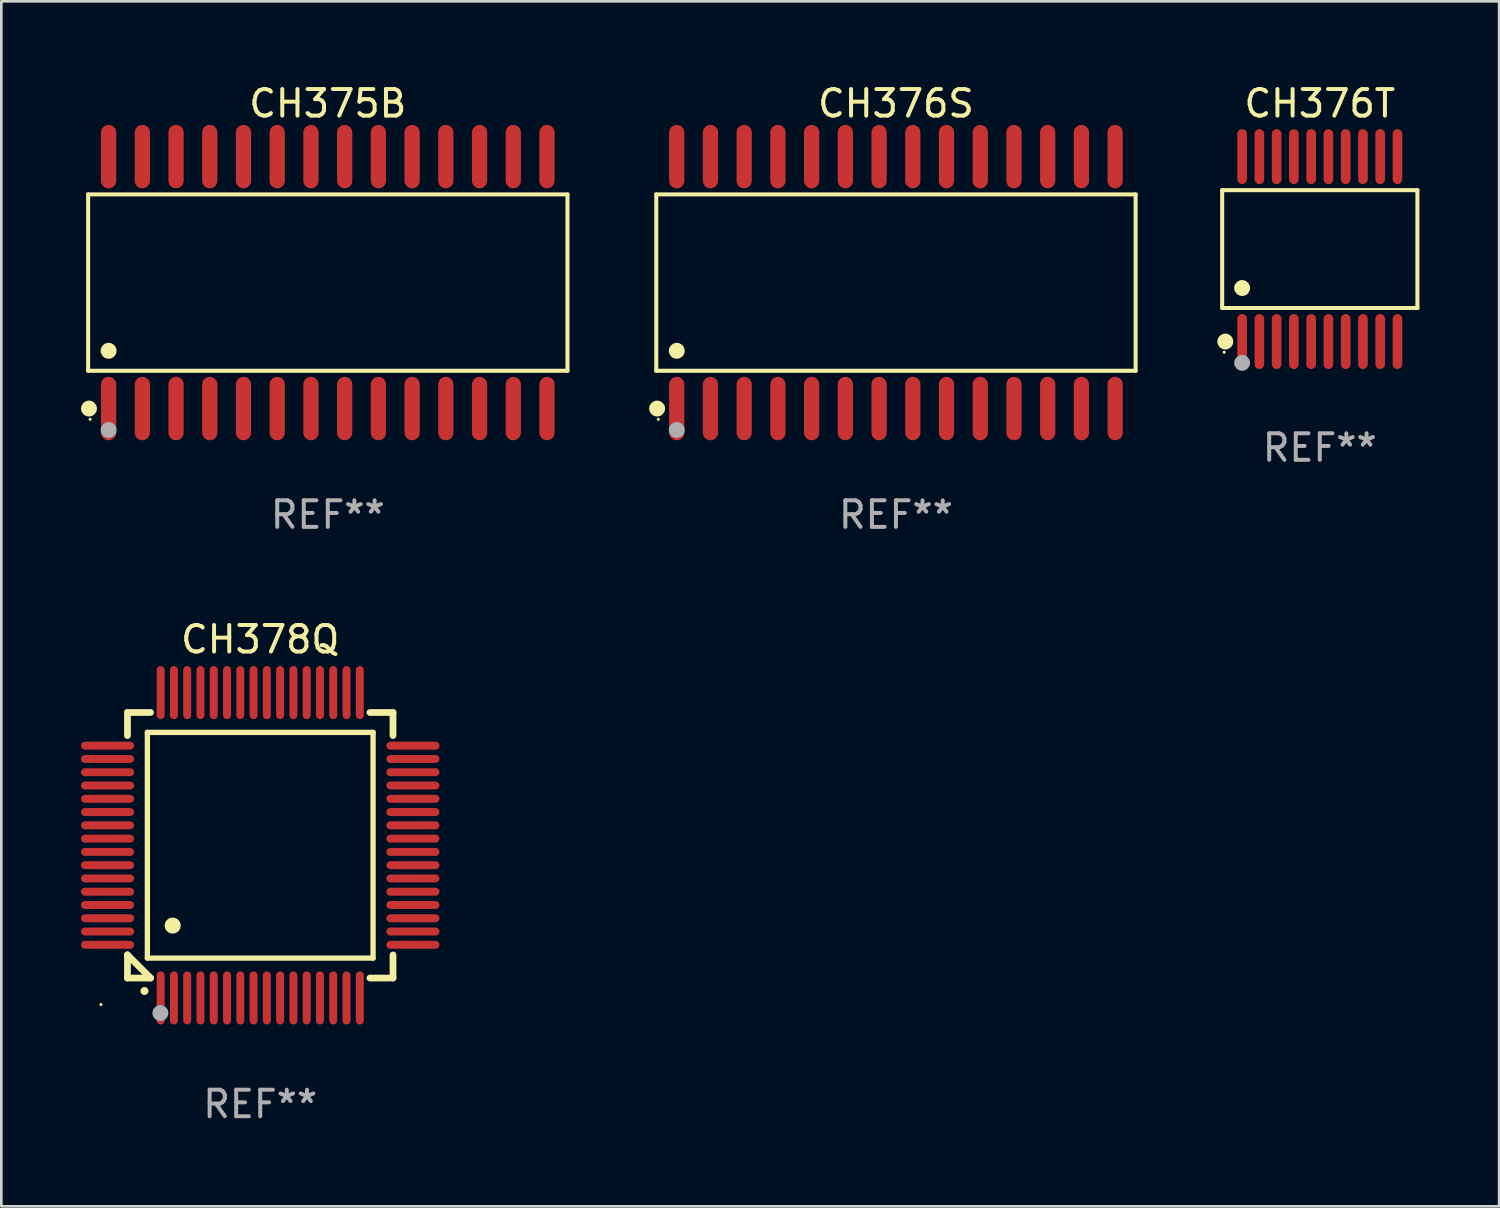
<source format=kicad_pcb>
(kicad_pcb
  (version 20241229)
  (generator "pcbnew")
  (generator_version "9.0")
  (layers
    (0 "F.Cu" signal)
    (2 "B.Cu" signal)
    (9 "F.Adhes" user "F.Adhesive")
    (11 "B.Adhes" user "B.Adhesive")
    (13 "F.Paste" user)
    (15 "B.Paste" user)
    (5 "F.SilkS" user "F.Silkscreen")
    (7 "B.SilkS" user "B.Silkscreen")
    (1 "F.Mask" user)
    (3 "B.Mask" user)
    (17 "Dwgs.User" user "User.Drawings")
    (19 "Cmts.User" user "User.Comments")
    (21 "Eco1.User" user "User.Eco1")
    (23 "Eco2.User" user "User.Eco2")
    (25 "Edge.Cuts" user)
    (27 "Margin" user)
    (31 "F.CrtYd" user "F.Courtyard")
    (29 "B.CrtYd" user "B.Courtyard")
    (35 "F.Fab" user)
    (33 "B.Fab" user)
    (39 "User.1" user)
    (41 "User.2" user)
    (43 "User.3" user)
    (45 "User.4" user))
  (footprint "CH376T"
    (layer "F.Cu")
    (at 46.653 6.33)
    (property "Reference" "CH376T" (at 0 -5.482 0) (layer "F.SilkS") (effects (font (size 1 1) (thickness 0.15))))
    (attr through_hole)
    (fp_line (start -3.676 -2.219) (end 3.676 -2.219) (stroke (width 0.152) (type solid)) (layer "F.SilkS"))
    (fp_line (start -3.676 2.219) (end -3.676 -2.219) (stroke (width 0.152) (type solid)) (layer "F.SilkS"))
    (fp_line (start 3.676 -2.219) (end 3.676 2.219) (stroke (width 0.152) (type solid)) (layer "F.SilkS"))
    (fp_line (start 3.676 2.219) (end -3.676 2.219) (stroke (width 0.152) (type solid)) (layer "F.SilkS"))
    (fp_circle (center -3.6 3.885) (end -3.57 3.885) (stroke (width 0.06) (type solid)) (fill no) (layer "F.SilkS"))
    (fp_circle (center -3.559 3.482) (end -3.409 3.482) (stroke (width 0.3) (type solid)) (fill no) (layer "F.SilkS"))
    (fp_circle (center -2.925 1.467) (end -2.775 1.467) (stroke (width 0.3) (type solid)) (fill no) (layer "F.SilkS"))
    (fp_circle (center -2.925 4.285) (end -2.775 4.285) (stroke (width 0.3) (type solid)) (fill no) (layer "F.Fab"))
    (fp_text user "REF**" (at 0 7.482 0) (layer "F.Fab") (effects (font (size 1 1) (thickness 0.15))))
    (pad "1" smd oval (at -2.925 3.482) (size 0.364 2.069) (layers "F.Cu" "F.Mask" "F.Paste"))
    (pad "2" smd oval (at -2.275 3.482) (size 0.364 2.069) (layers "F.Cu" "F.Mask" "F.Paste"))
    (pad "3" smd oval (at -1.625 3.482) (size 0.364 2.069) (layers "F.Cu" "F.Mask" "F.Paste"))
    (pad "4" smd oval (at -0.975 3.482) (size 0.364 2.069) (layers "F.Cu" "F.Mask" "F.Paste"))
    (pad "5" smd oval (at -0.325 3.482) (size 0.364 2.069) (layers "F.Cu" "F.Mask" "F.Paste"))
    (pad "6" smd oval (at 0.325 3.482) (size 0.364 2.069) (layers "F.Cu" "F.Mask" "F.Paste"))
    (pad "7" smd oval (at 0.975 3.482) (size 0.364 2.069) (layers "F.Cu" "F.Mask" "F.Paste"))
    (pad "8" smd oval (at 1.625 3.482) (size 0.364 2.069) (layers "F.Cu" "F.Mask" "F.Paste"))
    (pad "9" smd oval (at 2.275 3.482) (size 0.364 2.069) (layers "F.Cu" "F.Mask" "F.Paste"))
    (pad "10" smd oval (at 2.925 3.482) (size 0.364 2.069) (layers "F.Cu" "F.Mask" "F.Paste"))
    (pad "11" smd oval (at 2.925 -3.482) (size 0.364 2.069) (layers "F.Cu" "F.Mask" "F.Paste"))
    (pad "12" smd oval (at 2.275 -3.482) (size 0.364 2.069) (layers "F.Cu" "F.Mask" "F.Paste"))
    (pad "13" smd oval (at 1.625 -3.482) (size 0.364 2.069) (layers "F.Cu" "F.Mask" "F.Paste"))
    (pad "14" smd oval (at 0.975 -3.482) (size 0.364 2.069) (layers "F.Cu" "F.Mask" "F.Paste"))
    (pad "15" smd oval (at 0.325 -3.482) (size 0.364 2.069) (layers "F.Cu" "F.Mask" "F.Paste"))
    (pad "16" smd oval (at -0.325 -3.482) (size 0.364 2.069) (layers "F.Cu" "F.Mask" "F.Paste"))
    (pad "17" smd oval (at -0.975 -3.482) (size 0.364 2.069) (layers "F.Cu" "F.Mask" "F.Paste"))
    (pad "18" smd oval (at -1.625 -3.482) (size 0.364 2.069) (layers "F.Cu" "F.Mask" "F.Paste"))
    (pad "19" smd oval (at -2.275 -3.482) (size 0.364 2.069) (layers "F.Cu" "F.Mask" "F.Paste"))
    (pad "20" smd oval (at -2.925 -3.482) (size 0.364 2.069) (layers "F.Cu" "F.Mask" "F.Paste")))
  (footprint "CH378Q"
    (layer "F.Cu")
    (at 6.75 28.782)
    (property "Reference" "CH378Q" (at 0 -7.75 0) (layer "F.SilkS") (effects (font (size 1 1) (thickness 0.15))))
    (attr through_hole)
    (fp_line (start -5 -5) (end -4.131 -5) (stroke (width 0.254) (type solid)) (layer "F.SilkS"))
    (fp_line (start -5 -4.131) (end -5 -5) (stroke (width 0.254) (type solid)) (layer "F.SilkS"))
    (fp_line (start -5 4.131) (end -5 4.131) (stroke (width 0.254) (type solid)) (layer "F.SilkS"))
    (fp_line (start -5 5) (end -5 4.131) (stroke (width 0.254) (type solid)) (layer "F.SilkS"))
    (fp_line (start -5 4.131) (end -4.131 5) (stroke (width 0.254) (type solid)) (layer "F.SilkS"))
    (fp_line (start -4.25 -4.25) (end -4.25 4.25) (stroke (width 0.2) (type solid)) (layer "F.SilkS"))
    (fp_line (start -4.25 4.25) (end 4.25 4.25) (stroke (width 0.2) (type solid)) (layer "F.SilkS"))
    (fp_line (start -4.131 5) (end -5 5) (stroke (width 0.254) (type solid)) (layer "F.SilkS"))
    (fp_line (start 4.25 -4.25) (end -4.25 -4.25) (stroke (width 0.2) (type solid)) (layer "F.SilkS"))
    (fp_line (start 4.25 4.25) (end 4.25 -4.25) (stroke (width 0.2) (type solid)) (layer "F.SilkS"))
    (fp_line (start 5 -5) (end 4.131 -5) (stroke (width 0.254) (type solid)) (layer "F.SilkS"))
    (fp_line (start 5 -5) (end 5 -4.131) (stroke (width 0.254) (type solid)) (layer "F.SilkS"))
    (fp_line (start 5 4.131) (end 5 5) (stroke (width 0.254) (type solid)) (layer "F.SilkS"))
    (fp_line (start 5 5) (end 4.131 5) (stroke (width 0.254) (type solid)) (layer "F.SilkS"))
    (fp_arc (start -4.361265 5.489992) (mid -4.359995 5.489987) (end -4.358725 5.489992) (stroke (width 0.3) (type solid)) (layer "F.SilkS"))
    (fp_arc (start -3.299467 3.025146) (mid -3.296927 3.025135) (end -3.294387 3.025146) (stroke (width 0.6) (type solid)) (layer "F.SilkS"))
    (fp_circle (center -6 6) (end -5.97 6) (stroke (width 0.06) (type solid)) (fill no) (layer "F.SilkS"))
    (fp_circle (center -3.76 6.32) (end -3.61 6.32) (stroke (width 0.3) (type solid)) (fill no) (layer "F.Fab"))
    (fp_text user "REF**" (at 0 9.75 0) (layer "F.Fab") (effects (font (size 1 1) (thickness 0.15))))
    (pad "1" smd oval (at -3.75 5.75) (size 0.3 2) (layers "F.Cu" "F.Mask" "F.Paste"))
    (pad "2" smd oval (at -3.25 5.75) (size 0.3 2) (layers "F.Cu" "F.Mask" "F.Paste"))
    (pad "3" smd oval (at -2.75 5.75) (size 0.3 2) (layers "F.Cu" "F.Mask" "F.Paste"))
    (pad "4" smd oval (at -2.25 5.75) (size 0.3 2) (layers "F.Cu" "F.Mask" "F.Paste"))
    (pad "5" smd oval (at -1.75 5.75) (size 0.3 2) (layers "F.Cu" "F.Mask" "F.Paste"))
    (pad "6" smd oval (at -1.25 5.75) (size 0.3 2) (layers "F.Cu" "F.Mask" "F.Paste"))
    (pad "7" smd oval (at -0.75 5.75) (size 0.3 2) (layers "F.Cu" "F.Mask" "F.Paste"))
    (pad "8" smd oval (at -0.25 5.75) (size 0.3 2) (layers "F.Cu" "F.Mask" "F.Paste"))
    (pad "9" smd oval (at 0.25 5.75) (size 0.3 2) (layers "F.Cu" "F.Mask" "F.Paste"))
    (pad "10" smd oval (at 0.75 5.75) (size 0.3 2) (layers "F.Cu" "F.Mask" "F.Paste"))
    (pad "11" smd oval (at 1.25 5.75) (size 0.3 2) (layers "F.Cu" "F.Mask" "F.Paste"))
    (pad "12" smd oval (at 1.75 5.75) (size 0.3 2) (layers "F.Cu" "F.Mask" "F.Paste"))
    (pad "13" smd oval (at 2.25 5.75) (size 0.3 2) (layers "F.Cu" "F.Mask" "F.Paste"))
    (pad "14" smd oval (at 2.75 5.75) (size 0.3 2) (layers "F.Cu" "F.Mask" "F.Paste"))
    (pad "15" smd oval (at 3.25 5.75) (size 0.3 2) (layers "F.Cu" "F.Mask" "F.Paste"))
    (pad "16" smd oval (at 3.75 5.75) (size 0.3 2) (layers "F.Cu" "F.Mask" "F.Paste"))
    (pad "17" smd oval (at 5.75 3.75) (size 2 0.3) (layers "F.Cu" "F.Mask" "F.Paste"))
    (pad "18" smd oval (at 5.75 3.25) (size 2 0.3) (layers "F.Cu" "F.Mask" "F.Paste"))
    (pad "19" smd oval (at 5.75 2.75) (size 2 0.3) (layers "F.Cu" "F.Mask" "F.Paste"))
    (pad "20" smd oval (at 5.75 2.25) (size 2 0.3) (layers "F.Cu" "F.Mask" "F.Paste"))
    (pad "21" smd oval (at 5.75 1.75) (size 2 0.3) (layers "F.Cu" "F.Mask" "F.Paste"))
    (pad "22" smd oval (at 5.75 1.25) (size 2 0.3) (layers "F.Cu" "F.Mask" "F.Paste"))
    (pad "23" smd oval (at 5.75 0.75) (size 2 0.3) (layers "F.Cu" "F.Mask" "F.Paste"))
    (pad "24" smd oval (at 5.75 0.25) (size 2 0.3) (layers "F.Cu" "F.Mask" "F.Paste"))
    (pad "25" smd oval (at 5.75 -0.25) (size 2 0.3) (layers "F.Cu" "F.Mask" "F.Paste"))
    (pad "26" smd oval (at 5.75 -0.75) (size 2 0.3) (layers "F.Cu" "F.Mask" "F.Paste"))
    (pad "27" smd oval (at 5.75 -1.25) (size 2 0.3) (layers "F.Cu" "F.Mask" "F.Paste"))
    (pad "28" smd oval (at 5.75 -1.75) (size 2 0.3) (layers "F.Cu" "F.Mask" "F.Paste"))
    (pad "29" smd oval (at 5.75 -2.25) (size 2 0.3) (layers "F.Cu" "F.Mask" "F.Paste"))
    (pad "30" smd oval (at 5.75 -2.75) (size 2 0.3) (layers "F.Cu" "F.Mask" "F.Paste"))
    (pad "31" smd oval (at 5.75 -3.25) (size 2 0.3) (layers "F.Cu" "F.Mask" "F.Paste"))
    (pad "32" smd oval (at 5.75 -3.75) (size 2 0.3) (layers "F.Cu" "F.Mask" "F.Paste"))
    (pad "33" smd oval (at 3.75 -5.75) (size 0.3 2) (layers "F.Cu" "F.Mask" "F.Paste"))
    (pad "34" smd oval (at 3.25 -5.75) (size 0.3 2) (layers "F.Cu" "F.Mask" "F.Paste"))
    (pad "35" smd oval (at 2.75 -5.75) (size 0.3 2) (layers "F.Cu" "F.Mask" "F.Paste"))
    (pad "36" smd oval (at 2.25 -5.75) (size 0.3 2) (layers "F.Cu" "F.Mask" "F.Paste"))
    (pad "37" smd oval (at 1.75 -5.75) (size 0.3 2) (layers "F.Cu" "F.Mask" "F.Paste"))
    (pad "38" smd oval (at 1.25 -5.75) (size 0.3 2) (layers "F.Cu" "F.Mask" "F.Paste"))
    (pad "39" smd oval (at 0.75 -5.75) (size 0.3 2) (layers "F.Cu" "F.Mask" "F.Paste"))
    (pad "40" smd oval (at 0.25 -5.75) (size 0.3 2) (layers "F.Cu" "F.Mask" "F.Paste"))
    (pad "41" smd oval (at -0.25 -5.75) (size 0.3 2) (layers "F.Cu" "F.Mask" "F.Paste"))
    (pad "42" smd oval (at -0.75 -5.75) (size 0.3 2) (layers "F.Cu" "F.Mask" "F.Paste"))
    (pad "43" smd oval (at -1.25 -5.75) (size 0.3 2) (layers "F.Cu" "F.Mask" "F.Paste"))
    (pad "44" smd oval (at -1.75 -5.75) (size 0.3 2) (layers "F.Cu" "F.Mask" "F.Paste"))
    (pad "45" smd oval (at -2.25 -5.75) (size 0.3 2) (layers "F.Cu" "F.Mask" "F.Paste"))
    (pad "46" smd oval (at -2.75 -5.75) (size 0.3 2) (layers "F.Cu" "F.Mask" "F.Paste"))
    (pad "47" smd oval (at -3.25 -5.75) (size 0.3 2) (layers "F.Cu" "F.Mask" "F.Paste"))
    (pad "48" smd oval (at -3.75 -5.75) (size 0.3 2) (layers "F.Cu" "F.Mask" "F.Paste"))
    (pad "49" smd oval (at -5.75 -3.75) (size 2 0.3) (layers "F.Cu" "F.Mask" "F.Paste"))
    (pad "50" smd oval (at -5.75 -3.25) (size 2 0.3) (layers "F.Cu" "F.Mask" "F.Paste"))
    (pad "51" smd oval (at -5.75 -2.75) (size 2 0.3) (layers "F.Cu" "F.Mask" "F.Paste"))
    (pad "52" smd oval (at -5.75 -2.25) (size 2 0.3) (layers "F.Cu" "F.Mask" "F.Paste"))
    (pad "53" smd oval (at -5.75 -1.75) (size 2 0.3) (layers "F.Cu" "F.Mask" "F.Paste"))
    (pad "54" smd oval (at -5.75 -1.25) (size 2 0.3) (layers "F.Cu" "F.Mask" "F.Paste"))
    (pad "55" smd oval (at -5.75 -0.75) (size 2 0.3) (layers "F.Cu" "F.Mask" "F.Paste"))
    (pad "56" smd oval (at -5.75 -0.25) (size 2 0.3) (layers "F.Cu" "F.Mask" "F.Paste"))
    (pad "57" smd oval (at -5.75 0.25) (size 2 0.3) (layers "F.Cu" "F.Mask" "F.Paste"))
    (pad "58" smd oval (at -5.75 0.75) (size 2 0.3) (layers "F.Cu" "F.Mask" "F.Paste"))
    (pad "59" smd oval (at -5.75 1.25) (size 2 0.3) (layers "F.Cu" "F.Mask" "F.Paste"))
    (pad "60" smd oval (at -5.75 1.75) (size 2 0.3) (layers "F.Cu" "F.Mask" "F.Paste"))
    (pad "61" smd oval (at -5.75 2.25) (size 2 0.3) (layers "F.Cu" "F.Mask" "F.Paste"))
    (pad "62" smd oval (at -5.75 2.75) (size 2 0.3) (layers "F.Cu" "F.Mask" "F.Paste"))
    (pad "63" smd oval (at -5.75 3.25) (size 2 0.3) (layers "F.Cu" "F.Mask" "F.Paste"))
    (pad "64" smd oval (at -5.75 3.75) (size 2 0.3) (layers "F.Cu" "F.Mask" "F.Paste")))
  (footprint "CH376S"
    (layer "F.Cu")
    (at 30.691 7.592)
    (property "Reference" "CH376S" (at 0 -6.744 0) (layer "F.SilkS") (effects (font (size 1 1) (thickness 0.15))))
    (attr through_hole)
    (fp_line (start -9.026 -3.321) (end 9.026 -3.321) (stroke (width 0.152) (type solid)) (layer "F.SilkS"))
    (fp_line (start -9.026 3.321) (end -9.026 -3.321) (stroke (width 0.152) (type solid)) (layer "F.SilkS"))
    (fp_line (start 9.026 -3.321) (end 9.026 3.321) (stroke (width 0.152) (type solid)) (layer "F.SilkS"))
    (fp_line (start 9.026 3.321) (end -9.026 3.321) (stroke (width 0.152) (type solid)) (layer "F.SilkS"))
    (fp_circle (center -8.994 4.744) (end -8.844 4.744) (stroke (width 0.3) (type solid)) (fill no) (layer "F.SilkS"))
    (fp_circle (center -8.95 5.15) (end -8.92 5.15) (stroke (width 0.06) (type solid)) (fill no) (layer "F.SilkS"))
    (fp_circle (center -8.255 2.569) (end -8.105 2.569) (stroke (width 0.3) (type solid)) (fill no) (layer "F.SilkS"))
    (fp_circle (center -8.255 5.55) (end -8.105 5.55) (stroke (width 0.3) (type solid)) (fill no) (layer "F.Fab"))
    (fp_text user "REF**" (at 0 8.744 0) (layer "F.Fab") (effects (font (size 1 1) (thickness 0.15))))
    (pad "1" smd oval (at -8.255 4.744) (size 0.574 2.388) (layers "F.Cu" "F.Mask" "F.Paste"))
    (pad "2" smd oval (at -6.985 4.744) (size 0.574 2.388) (layers "F.Cu" "F.Mask" "F.Paste"))
    (pad "3" smd oval (at -5.715 4.744) (size 0.574 2.388) (layers "F.Cu" "F.Mask" "F.Paste"))
    (pad "4" smd oval (at -4.445 4.744) (size 0.574 2.388) (layers "F.Cu" "F.Mask" "F.Paste"))
    (pad "5" smd oval (at -3.175 4.744) (size 0.574 2.388) (layers "F.Cu" "F.Mask" "F.Paste"))
    (pad "6" smd oval (at -1.905 4.744) (size 0.574 2.388) (layers "F.Cu" "F.Mask" "F.Paste"))
    (pad "7" smd oval (at -0.635 4.744) (size 0.574 2.388) (layers "F.Cu" "F.Mask" "F.Paste"))
    (pad "8" smd oval (at 0.635 4.744) (size 0.574 2.388) (layers "F.Cu" "F.Mask" "F.Paste"))
    (pad "9" smd oval (at 1.905 4.744) (size 0.574 2.388) (layers "F.Cu" "F.Mask" "F.Paste"))
    (pad "10" smd oval (at 3.175 4.744) (size 0.574 2.388) (layers "F.Cu" "F.Mask" "F.Paste"))
    (pad "11" smd oval (at 4.445 4.744) (size 0.574 2.388) (layers "F.Cu" "F.Mask" "F.Paste"))
    (pad "12" smd oval (at 5.715 4.744) (size 0.574 2.388) (layers "F.Cu" "F.Mask" "F.Paste"))
    (pad "13" smd oval (at 6.985 4.744) (size 0.574 2.388) (layers "F.Cu" "F.Mask" "F.Paste"))
    (pad "14" smd oval (at 8.255 4.744) (size 0.574 2.388) (layers "F.Cu" "F.Mask" "F.Paste"))
    (pad "15" smd oval (at 8.255 -4.744) (size 0.574 2.388) (layers "F.Cu" "F.Mask" "F.Paste"))
    (pad "16" smd oval (at 6.985 -4.744) (size 0.574 2.388) (layers "F.Cu" "F.Mask" "F.Paste"))
    (pad "17" smd oval (at 5.715 -4.744) (size 0.574 2.388) (layers "F.Cu" "F.Mask" "F.Paste"))
    (pad "18" smd oval (at 4.445 -4.744) (size 0.574 2.388) (layers "F.Cu" "F.Mask" "F.Paste"))
    (pad "19" smd oval (at 3.175 -4.744) (size 0.574 2.388) (layers "F.Cu" "F.Mask" "F.Paste"))
    (pad "20" smd oval (at 1.905 -4.744) (size 0.574 2.388) (layers "F.Cu" "F.Mask" "F.Paste"))
    (pad "21" smd oval (at 0.635 -4.744) (size 0.574 2.388) (layers "F.Cu" "F.Mask" "F.Paste"))
    (pad "22" smd oval (at -0.635 -4.744) (size 0.574 2.388) (layers "F.Cu" "F.Mask" "F.Paste"))
    (pad "23" smd oval (at -1.905 -4.744) (size 0.574 2.388) (layers "F.Cu" "F.Mask" "F.Paste"))
    (pad "24" smd oval (at -3.175 -4.744) (size 0.574 2.388) (layers "F.Cu" "F.Mask" "F.Paste"))
    (pad "25" smd oval (at -4.445 -4.744) (size 0.574 2.388) (layers "F.Cu" "F.Mask" "F.Paste"))
    (pad "26" smd oval (at -5.715 -4.744) (size 0.574 2.388) (layers "F.Cu" "F.Mask" "F.Paste"))
    (pad "27" smd oval (at -6.985 -4.744) (size 0.574 2.388) (layers "F.Cu" "F.Mask" "F.Paste"))
    (pad "28" smd oval (at -8.255 -4.744) (size 0.574 2.388) (layers "F.Cu" "F.Mask" "F.Paste")))
  (footprint "CH375B"
    (layer "F.Cu")
    (at 9.295 7.592)
    (property "Reference" "CH375B" (at 0 -6.744 0) (layer "F.SilkS") (effects (font (size 1 1) (thickness 0.15))))
    (attr through_hole)
    (fp_line (start -9.026 -3.321) (end 9.026 -3.321) (stroke (width 0.152) (type solid)) (layer "F.SilkS"))
    (fp_line (start -9.026 3.321) (end -9.026 -3.321) (stroke (width 0.152) (type solid)) (layer "F.SilkS"))
    (fp_line (start 9.026 -3.321) (end 9.026 3.321) (stroke (width 0.152) (type solid)) (layer "F.SilkS"))
    (fp_line (start 9.026 3.321) (end -9.026 3.321) (stroke (width 0.152) (type solid)) (layer "F.SilkS"))
    (fp_circle (center -8.994 4.744) (end -8.844 4.744) (stroke (width 0.3) (type solid)) (fill no) (layer "F.SilkS"))
    (fp_circle (center -8.95 5.15) (end -8.92 5.15) (stroke (width 0.06) (type solid)) (fill no) (layer "F.SilkS"))
    (fp_circle (center -8.255 2.569) (end -8.105 2.569) (stroke (width 0.3) (type solid)) (fill no) (layer "F.SilkS"))
    (fp_circle (center -8.255 5.55) (end -8.105 5.55) (stroke (width 0.3) (type solid)) (fill no) (layer "F.Fab"))
    (fp_text user "REF**" (at 0 8.744 0) (layer "F.Fab") (effects (font (size 1 1) (thickness 0.15))))
    (pad "1" smd oval (at -8.255 4.744) (size 0.574 2.388) (layers "F.Cu" "F.Mask" "F.Paste"))
    (pad "2" smd oval (at -6.985 4.744) (size 0.574 2.388) (layers "F.Cu" "F.Mask" "F.Paste"))
    (pad "3" smd oval (at -5.715 4.744) (size 0.574 2.388) (layers "F.Cu" "F.Mask" "F.Paste"))
    (pad "4" smd oval (at -4.445 4.744) (size 0.574 2.388) (layers "F.Cu" "F.Mask" "F.Paste"))
    (pad "5" smd oval (at -3.175 4.744) (size 0.574 2.388) (layers "F.Cu" "F.Mask" "F.Paste"))
    (pad "6" smd oval (at -1.905 4.744) (size 0.574 2.388) (layers "F.Cu" "F.Mask" "F.Paste"))
    (pad "7" smd oval (at -0.635 4.744) (size 0.574 2.388) (layers "F.Cu" "F.Mask" "F.Paste"))
    (pad "8" smd oval (at 0.635 4.744) (size 0.574 2.388) (layers "F.Cu" "F.Mask" "F.Paste"))
    (pad "9" smd oval (at 1.905 4.744) (size 0.574 2.388) (layers "F.Cu" "F.Mask" "F.Paste"))
    (pad "10" smd oval (at 3.175 4.744) (size 0.574 2.388) (layers "F.Cu" "F.Mask" "F.Paste"))
    (pad "11" smd oval (at 4.445 4.744) (size 0.574 2.388) (layers "F.Cu" "F.Mask" "F.Paste"))
    (pad "12" smd oval (at 5.715 4.744) (size 0.574 2.388) (layers "F.Cu" "F.Mask" "F.Paste"))
    (pad "13" smd oval (at 6.985 4.744) (size 0.574 2.388) (layers "F.Cu" "F.Mask" "F.Paste"))
    (pad "14" smd oval (at 8.255 4.744) (size 0.574 2.388) (layers "F.Cu" "F.Mask" "F.Paste"))
    (pad "15" smd oval (at 8.255 -4.744) (size 0.574 2.388) (layers "F.Cu" "F.Mask" "F.Paste"))
    (pad "16" smd oval (at 6.985 -4.744) (size 0.574 2.388) (layers "F.Cu" "F.Mask" "F.Paste"))
    (pad "17" smd oval (at 5.715 -4.744) (size 0.574 2.388) (layers "F.Cu" "F.Mask" "F.Paste"))
    (pad "18" smd oval (at 4.445 -4.744) (size 0.574 2.388) (layers "F.Cu" "F.Mask" "F.Paste"))
    (pad "19" smd oval (at 3.175 -4.744) (size 0.574 2.388) (layers "F.Cu" "F.Mask" "F.Paste"))
    (pad "20" smd oval (at 1.905 -4.744) (size 0.574 2.388) (layers "F.Cu" "F.Mask" "F.Paste"))
    (pad "21" smd oval (at 0.635 -4.744) (size 0.574 2.388) (layers "F.Cu" "F.Mask" "F.Paste"))
    (pad "22" smd oval (at -0.635 -4.744) (size 0.574 2.388) (layers "F.Cu" "F.Mask" "F.Paste"))
    (pad "23" smd oval (at -1.905 -4.744) (size 0.574 2.388) (layers "F.Cu" "F.Mask" "F.Paste"))
    (pad "24" smd oval (at -3.175 -4.744) (size 0.574 2.388) (layers "F.Cu" "F.Mask" "F.Paste"))
    (pad "25" smd oval (at -4.445 -4.744) (size 0.574 2.388) (layers "F.Cu" "F.Mask" "F.Paste"))
    (pad "26" smd oval (at -5.715 -4.744) (size 0.574 2.388) (layers "F.Cu" "F.Mask" "F.Paste"))
    (pad "27" smd oval (at -6.985 -4.744) (size 0.574 2.388) (layers "F.Cu" "F.Mask" "F.Paste"))
    (pad "28" smd oval (at -8.255 -4.744) (size 0.574 2.388) (layers "F.Cu" "F.Mask" "F.Paste")))
  (gr_rect
    (start -3 -3)
    (end 53.406 42.381)
    (stroke (width 0.1) (type default))
    (fill no)
    (layer "Edge.Cuts")))
</source>
